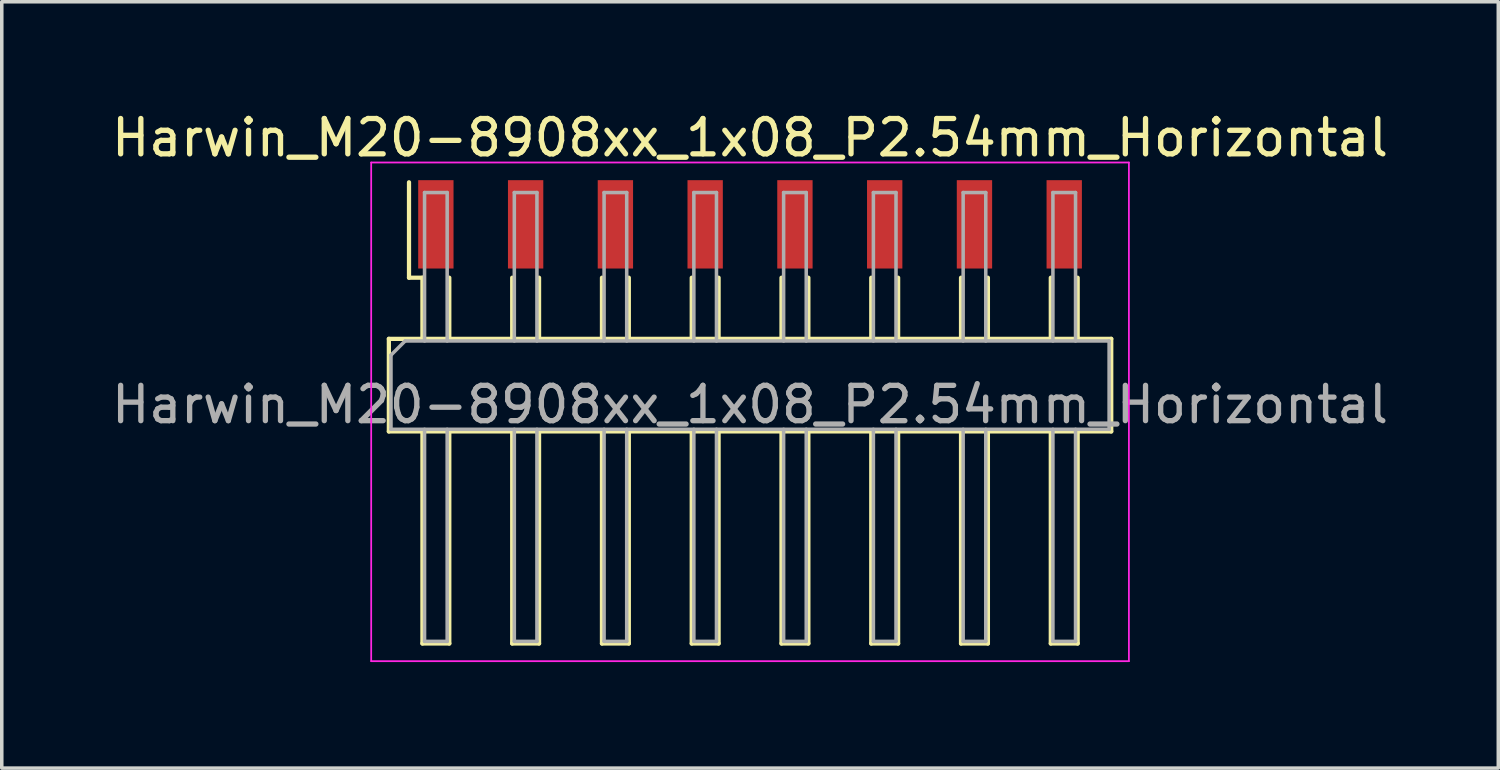
<source format=kicad_pcb>
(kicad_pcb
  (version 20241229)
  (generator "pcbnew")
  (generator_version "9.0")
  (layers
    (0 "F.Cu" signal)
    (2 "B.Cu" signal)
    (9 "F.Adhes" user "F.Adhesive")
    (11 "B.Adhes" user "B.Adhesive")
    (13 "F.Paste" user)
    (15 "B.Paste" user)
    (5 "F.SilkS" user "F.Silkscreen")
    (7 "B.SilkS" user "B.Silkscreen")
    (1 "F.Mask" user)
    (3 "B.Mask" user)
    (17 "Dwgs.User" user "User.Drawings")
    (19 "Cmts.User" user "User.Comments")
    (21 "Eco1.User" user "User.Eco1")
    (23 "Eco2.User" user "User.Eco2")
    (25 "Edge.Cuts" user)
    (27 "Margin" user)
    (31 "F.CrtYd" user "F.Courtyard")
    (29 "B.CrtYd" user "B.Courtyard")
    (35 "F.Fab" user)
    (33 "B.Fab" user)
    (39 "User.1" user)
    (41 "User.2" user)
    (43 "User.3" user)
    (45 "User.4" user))
  (footprint "Harwin_M20-8908xx_1x08_P2.54mm_Horizontal"
    (layer "F.Cu")
    (at 9.283 3.298)
    (property "Reference" "Harwin_M20-8908xx_1x08_P2.54mm_Horizontal" (at 8.89 -2.45 0) (layer "F.SilkS") (effects (font (size 1 1) (thickness 0.15))))
    (attr smd)
    (fp_line (start -1.33 3.24) (end -1.33 5.86) (stroke (width 0.12) (type solid)) (layer "F.SilkS"))
    (fp_line (start -1.33 5.86) (end 19.11 5.86) (stroke (width 0.12) (type solid)) (layer "F.SilkS"))
    (fp_line (start -0.76 1.51) (end -0.76 -1.19) (stroke (width 0.12) (type solid)) (layer "F.SilkS"))
    (fp_line (start -0.38 1.51) (end -0.76 1.51) (stroke (width 0.12) (type solid)) (layer "F.SilkS"))
    (fp_line (start -0.38 1.51) (end -0.38 3.24) (stroke (width 0.12) (type solid)) (layer "F.SilkS"))
    (fp_line (start -0.38 5.86) (end -0.38 11.86) (stroke (width 0.12) (type solid)) (layer "F.SilkS"))
    (fp_line (start -0.38 11.86) (end 0.38 11.86) (stroke (width 0.12) (type solid)) (layer "F.SilkS"))
    (fp_line (start 0.38 1.51) (end 0.38 3.24) (stroke (width 0.12) (type solid)) (layer "F.SilkS"))
    (fp_line (start 0.38 11.86) (end 0.38 5.86) (stroke (width 0.12) (type solid)) (layer "F.SilkS"))
    (fp_line (start 2.16 1.51) (end 2.16 3.24) (stroke (width 0.12) (type solid)) (layer "F.SilkS"))
    (fp_line (start 2.16 5.86) (end 2.16 11.86) (stroke (width 0.12) (type solid)) (layer "F.SilkS"))
    (fp_line (start 2.16 11.86) (end 2.92 11.86) (stroke (width 0.12) (type solid)) (layer "F.SilkS"))
    (fp_line (start 2.92 1.51) (end 2.92 3.24) (stroke (width 0.12) (type solid)) (layer "F.SilkS"))
    (fp_line (start 2.92 11.86) (end 2.92 5.86) (stroke (width 0.12) (type solid)) (layer "F.SilkS"))
    (fp_line (start 4.7 1.51) (end 4.7 3.24) (stroke (width 0.12) (type solid)) (layer "F.SilkS"))
    (fp_line (start 4.7 5.86) (end 4.7 11.86) (stroke (width 0.12) (type solid)) (layer "F.SilkS"))
    (fp_line (start 4.7 11.86) (end 5.46 11.86) (stroke (width 0.12) (type solid)) (layer "F.SilkS"))
    (fp_line (start 5.46 1.51) (end 5.46 3.24) (stroke (width 0.12) (type solid)) (layer "F.SilkS"))
    (fp_line (start 5.46 11.86) (end 5.46 5.86) (stroke (width 0.12) (type solid)) (layer "F.SilkS"))
    (fp_line (start 7.24 1.51) (end 7.24 3.24) (stroke (width 0.12) (type solid)) (layer "F.SilkS"))
    (fp_line (start 7.24 5.86) (end 7.24 11.86) (stroke (width 0.12) (type solid)) (layer "F.SilkS"))
    (fp_line (start 7.24 11.86) (end 8 11.86) (stroke (width 0.12) (type solid)) (layer "F.SilkS"))
    (fp_line (start 8 1.51) (end 8 3.24) (stroke (width 0.12) (type solid)) (layer "F.SilkS"))
    (fp_line (start 8 11.86) (end 8 5.86) (stroke (width 0.12) (type solid)) (layer "F.SilkS"))
    (fp_line (start 9.78 1.51) (end 9.78 3.24) (stroke (width 0.12) (type solid)) (layer "F.SilkS"))
    (fp_line (start 9.78 5.86) (end 9.78 11.86) (stroke (width 0.12) (type solid)) (layer "F.SilkS"))
    (fp_line (start 9.78 11.86) (end 10.54 11.86) (stroke (width 0.12) (type solid)) (layer "F.SilkS"))
    (fp_line (start 10.54 1.51) (end 10.54 3.24) (stroke (width 0.12) (type solid)) (layer "F.SilkS"))
    (fp_line (start 10.54 11.86) (end 10.54 5.86) (stroke (width 0.12) (type solid)) (layer "F.SilkS"))
    (fp_line (start 12.32 1.51) (end 12.32 3.24) (stroke (width 0.12) (type solid)) (layer "F.SilkS"))
    (fp_line (start 12.32 5.86) (end 12.32 11.86) (stroke (width 0.12) (type solid)) (layer "F.SilkS"))
    (fp_line (start 12.32 11.86) (end 13.08 11.86) (stroke (width 0.12) (type solid)) (layer "F.SilkS"))
    (fp_line (start 13.08 1.51) (end 13.08 3.24) (stroke (width 0.12) (type solid)) (layer "F.SilkS"))
    (fp_line (start 13.08 11.86) (end 13.08 5.86) (stroke (width 0.12) (type solid)) (layer "F.SilkS"))
    (fp_line (start 14.86 1.51) (end 14.86 3.24) (stroke (width 0.12) (type solid)) (layer "F.SilkS"))
    (fp_line (start 14.86 5.86) (end 14.86 11.86) (stroke (width 0.12) (type solid)) (layer "F.SilkS"))
    (fp_line (start 14.86 11.86) (end 15.62 11.86) (stroke (width 0.12) (type solid)) (layer "F.SilkS"))
    (fp_line (start 15.62 1.51) (end 15.62 3.24) (stroke (width 0.12) (type solid)) (layer "F.SilkS"))
    (fp_line (start 15.62 11.86) (end 15.62 5.86) (stroke (width 0.12) (type solid)) (layer "F.SilkS"))
    (fp_line (start 17.4 1.51) (end 17.4 3.24) (stroke (width 0.12) (type solid)) (layer "F.SilkS"))
    (fp_line (start 17.4 5.86) (end 17.4 11.86) (stroke (width 0.12) (type solid)) (layer "F.SilkS"))
    (fp_line (start 17.4 11.86) (end 18.16 11.86) (stroke (width 0.12) (type solid)) (layer "F.SilkS"))
    (fp_line (start 18.16 1.51) (end 18.16 3.24) (stroke (width 0.12) (type solid)) (layer "F.SilkS"))
    (fp_line (start 18.16 11.86) (end 18.16 5.86) (stroke (width 0.12) (type solid)) (layer "F.SilkS"))
    (fp_line (start 19.11 3.24) (end -1.33 3.24) (stroke (width 0.12) (type solid)) (layer "F.SilkS"))
    (fp_line (start 19.11 5.86) (end 19.11 3.24) (stroke (width 0.12) (type solid)) (layer "F.SilkS"))
    (fp_line (start -1.83 -1.75) (end 19.61 -1.75) (stroke (width 0.05) (type solid)) (layer "F.CrtYd"))
    (fp_line (start -1.83 12.36) (end -1.83 -1.75) (stroke (width 0.05) (type solid)) (layer "F.CrtYd"))
    (fp_line (start 19.61 -1.75) (end 19.61 12.36) (stroke (width 0.05) (type solid)) (layer "F.CrtYd"))
    (fp_line (start 19.61 12.36) (end -1.83 12.36) (stroke (width 0.05) (type solid)) (layer "F.CrtYd"))
    (fp_line (start -1.27 3.7) (end -1.27 5.8) (stroke (width 0.1) (type solid)) (layer "F.Fab"))
    (fp_line (start -1.27 5.8) (end 19.05 5.8) (stroke (width 0.1) (type solid)) (layer "F.Fab"))
    (fp_line (start -0.87 3.3) (end -1.27 3.7) (stroke (width 0.1) (type solid)) (layer "F.Fab"))
    (fp_line (start -0.32 -0.9) (end 0.32 -0.9) (stroke (width 0.1) (type solid)) (layer "F.Fab"))
    (fp_line (start -0.32 3.3) (end -0.32 -0.9) (stroke (width 0.1) (type solid)) (layer "F.Fab"))
    (fp_line (start -0.32 5.8) (end -0.32 11.8) (stroke (width 0.1) (type solid)) (layer "F.Fab"))
    (fp_line (start -0.32 11.8) (end 0.32 11.8) (stroke (width 0.1) (type solid)) (layer "F.Fab"))
    (fp_line (start 0.32 -0.9) (end 0.32 3.3) (stroke (width 0.1) (type solid)) (layer "F.Fab"))
    (fp_line (start 0.32 11.8) (end 0.32 5.8) (stroke (width 0.1) (type solid)) (layer "F.Fab"))
    (fp_line (start 2.22 -0.9) (end 2.86 -0.9) (stroke (width 0.1) (type solid)) (layer "F.Fab"))
    (fp_line (start 2.22 3.3) (end 2.22 -0.9) (stroke (width 0.1) (type solid)) (layer "F.Fab"))
    (fp_line (start 2.22 5.8) (end 2.22 11.8) (stroke (width 0.1) (type solid)) (layer "F.Fab"))
    (fp_line (start 2.22 11.8) (end 2.86 11.8) (stroke (width 0.1) (type solid)) (layer "F.Fab"))
    (fp_line (start 2.86 -0.9) (end 2.86 3.3) (stroke (width 0.1) (type solid)) (layer "F.Fab"))
    (fp_line (start 2.86 11.8) (end 2.86 5.8) (stroke (width 0.1) (type solid)) (layer "F.Fab"))
    (fp_line (start 4.76 -0.9) (end 5.4 -0.9) (stroke (width 0.1) (type solid)) (layer "F.Fab"))
    (fp_line (start 4.76 3.3) (end 4.76 -0.9) (stroke (width 0.1) (type solid)) (layer "F.Fab"))
    (fp_line (start 4.76 5.8) (end 4.76 11.8) (stroke (width 0.1) (type solid)) (layer "F.Fab"))
    (fp_line (start 4.76 11.8) (end 5.4 11.8) (stroke (width 0.1) (type solid)) (layer "F.Fab"))
    (fp_line (start 5.4 -0.9) (end 5.4 3.3) (stroke (width 0.1) (type solid)) (layer "F.Fab"))
    (fp_line (start 5.4 11.8) (end 5.4 5.8) (stroke (width 0.1) (type solid)) (layer "F.Fab"))
    (fp_line (start 7.3 -0.9) (end 7.94 -0.9) (stroke (width 0.1) (type solid)) (layer "F.Fab"))
    (fp_line (start 7.3 3.3) (end 7.3 -0.9) (stroke (width 0.1) (type solid)) (layer "F.Fab"))
    (fp_line (start 7.3 5.8) (end 7.3 11.8) (stroke (width 0.1) (type solid)) (layer "F.Fab"))
    (fp_line (start 7.3 11.8) (end 7.94 11.8) (stroke (width 0.1) (type solid)) (layer "F.Fab"))
    (fp_line (start 7.94 -0.9) (end 7.94 3.3) (stroke (width 0.1) (type solid)) (layer "F.Fab"))
    (fp_line (start 7.94 11.8) (end 7.94 5.8) (stroke (width 0.1) (type solid)) (layer "F.Fab"))
    (fp_line (start 9.84 -0.9) (end 10.48 -0.9) (stroke (width 0.1) (type solid)) (layer "F.Fab"))
    (fp_line (start 9.84 3.3) (end 9.84 -0.9) (stroke (width 0.1) (type solid)) (layer "F.Fab"))
    (fp_line (start 9.84 5.8) (end 9.84 11.8) (stroke (width 0.1) (type solid)) (layer "F.Fab"))
    (fp_line (start 9.84 11.8) (end 10.48 11.8) (stroke (width 0.1) (type solid)) (layer "F.Fab"))
    (fp_line (start 10.48 -0.9) (end 10.48 3.3) (stroke (width 0.1) (type solid)) (layer "F.Fab"))
    (fp_line (start 10.48 11.8) (end 10.48 5.8) (stroke (width 0.1) (type solid)) (layer "F.Fab"))
    (fp_line (start 12.38 -0.9) (end 13.02 -0.9) (stroke (width 0.1) (type solid)) (layer "F.Fab"))
    (fp_line (start 12.38 3.3) (end 12.38 -0.9) (stroke (width 0.1) (type solid)) (layer "F.Fab"))
    (fp_line (start 12.38 5.8) (end 12.38 11.8) (stroke (width 0.1) (type solid)) (layer "F.Fab"))
    (fp_line (start 12.38 11.8) (end 13.02 11.8) (stroke (width 0.1) (type solid)) (layer "F.Fab"))
    (fp_line (start 13.02 -0.9) (end 13.02 3.3) (stroke (width 0.1) (type solid)) (layer "F.Fab"))
    (fp_line (start 13.02 11.8) (end 13.02 5.8) (stroke (width 0.1) (type solid)) (layer "F.Fab"))
    (fp_line (start 14.92 -0.9) (end 15.56 -0.9) (stroke (width 0.1) (type solid)) (layer "F.Fab"))
    (fp_line (start 14.92 3.3) (end 14.92 -0.9) (stroke (width 0.1) (type solid)) (layer "F.Fab"))
    (fp_line (start 14.92 5.8) (end 14.92 11.8) (stroke (width 0.1) (type solid)) (layer "F.Fab"))
    (fp_line (start 14.92 11.8) (end 15.56 11.8) (stroke (width 0.1) (type solid)) (layer "F.Fab"))
    (fp_line (start 15.56 -0.9) (end 15.56 3.3) (stroke (width 0.1) (type solid)) (layer "F.Fab"))
    (fp_line (start 15.56 11.8) (end 15.56 5.8) (stroke (width 0.1) (type solid)) (layer "F.Fab"))
    (fp_line (start 17.46 -0.9) (end 18.1 -0.9) (stroke (width 0.1) (type solid)) (layer "F.Fab"))
    (fp_line (start 17.46 3.3) (end 17.46 -0.9) (stroke (width 0.1) (type solid)) (layer "F.Fab"))
    (fp_line (start 17.46 5.8) (end 17.46 11.8) (stroke (width 0.1) (type solid)) (layer "F.Fab"))
    (fp_line (start 17.46 11.8) (end 18.1 11.8) (stroke (width 0.1) (type solid)) (layer "F.Fab"))
    (fp_line (start 18.1 -0.9) (end 18.1 3.3) (stroke (width 0.1) (type solid)) (layer "F.Fab"))
    (fp_line (start 18.1 11.8) (end 18.1 5.8) (stroke (width 0.1) (type solid)) (layer "F.Fab"))
    (fp_line (start 19.05 3.3) (end -0.87 3.3) (stroke (width 0.1) (type solid)) (layer "F.Fab"))
    (fp_line (start 19.05 5.8) (end 19.05 3.3) (stroke (width 0.1) (type solid)) (layer "F.Fab"))
    (fp_text user "${REFERENCE}" (at 8.89 5.1 0) (layer "F.Fab") (effects (font (size 1 1) (thickness 0.15))))
    (pad "1" smd rect (at 0 0) (size 1 2.5) (layers "F.Cu" "F.Mask" "F.Paste"))
    (pad "2" smd rect (at 2.54 0) (size 1 2.5) (layers "F.Cu" "F.Mask" "F.Paste"))
    (pad "3" smd rect (at 5.08 0) (size 1 2.5) (layers "F.Cu" "F.Mask" "F.Paste"))
    (pad "4" smd rect (at 7.62 0) (size 1 2.5) (layers "F.Cu" "F.Mask" "F.Paste"))
    (pad "5" smd rect (at 10.16 0) (size 1 2.5) (layers "F.Cu" "F.Mask" "F.Paste"))
    (pad "6" smd rect (at 12.7 0) (size 1 2.5) (layers "F.Cu" "F.Mask" "F.Paste"))
    (pad "7" smd rect (at 15.24 0) (size 1 2.5) (layers "F.Cu" "F.Mask" "F.Paste"))
    (pad "8" smd rect (at 17.78 0) (size 1 2.5) (layers "F.Cu" "F.Mask" "F.Paste")))
  (gr_rect
    (start -3 -3)
    (end 39.345 18.683)
    (stroke (width 0.1) (type default))
    (fill no)
    (layer "Edge.Cuts")))
</source>
